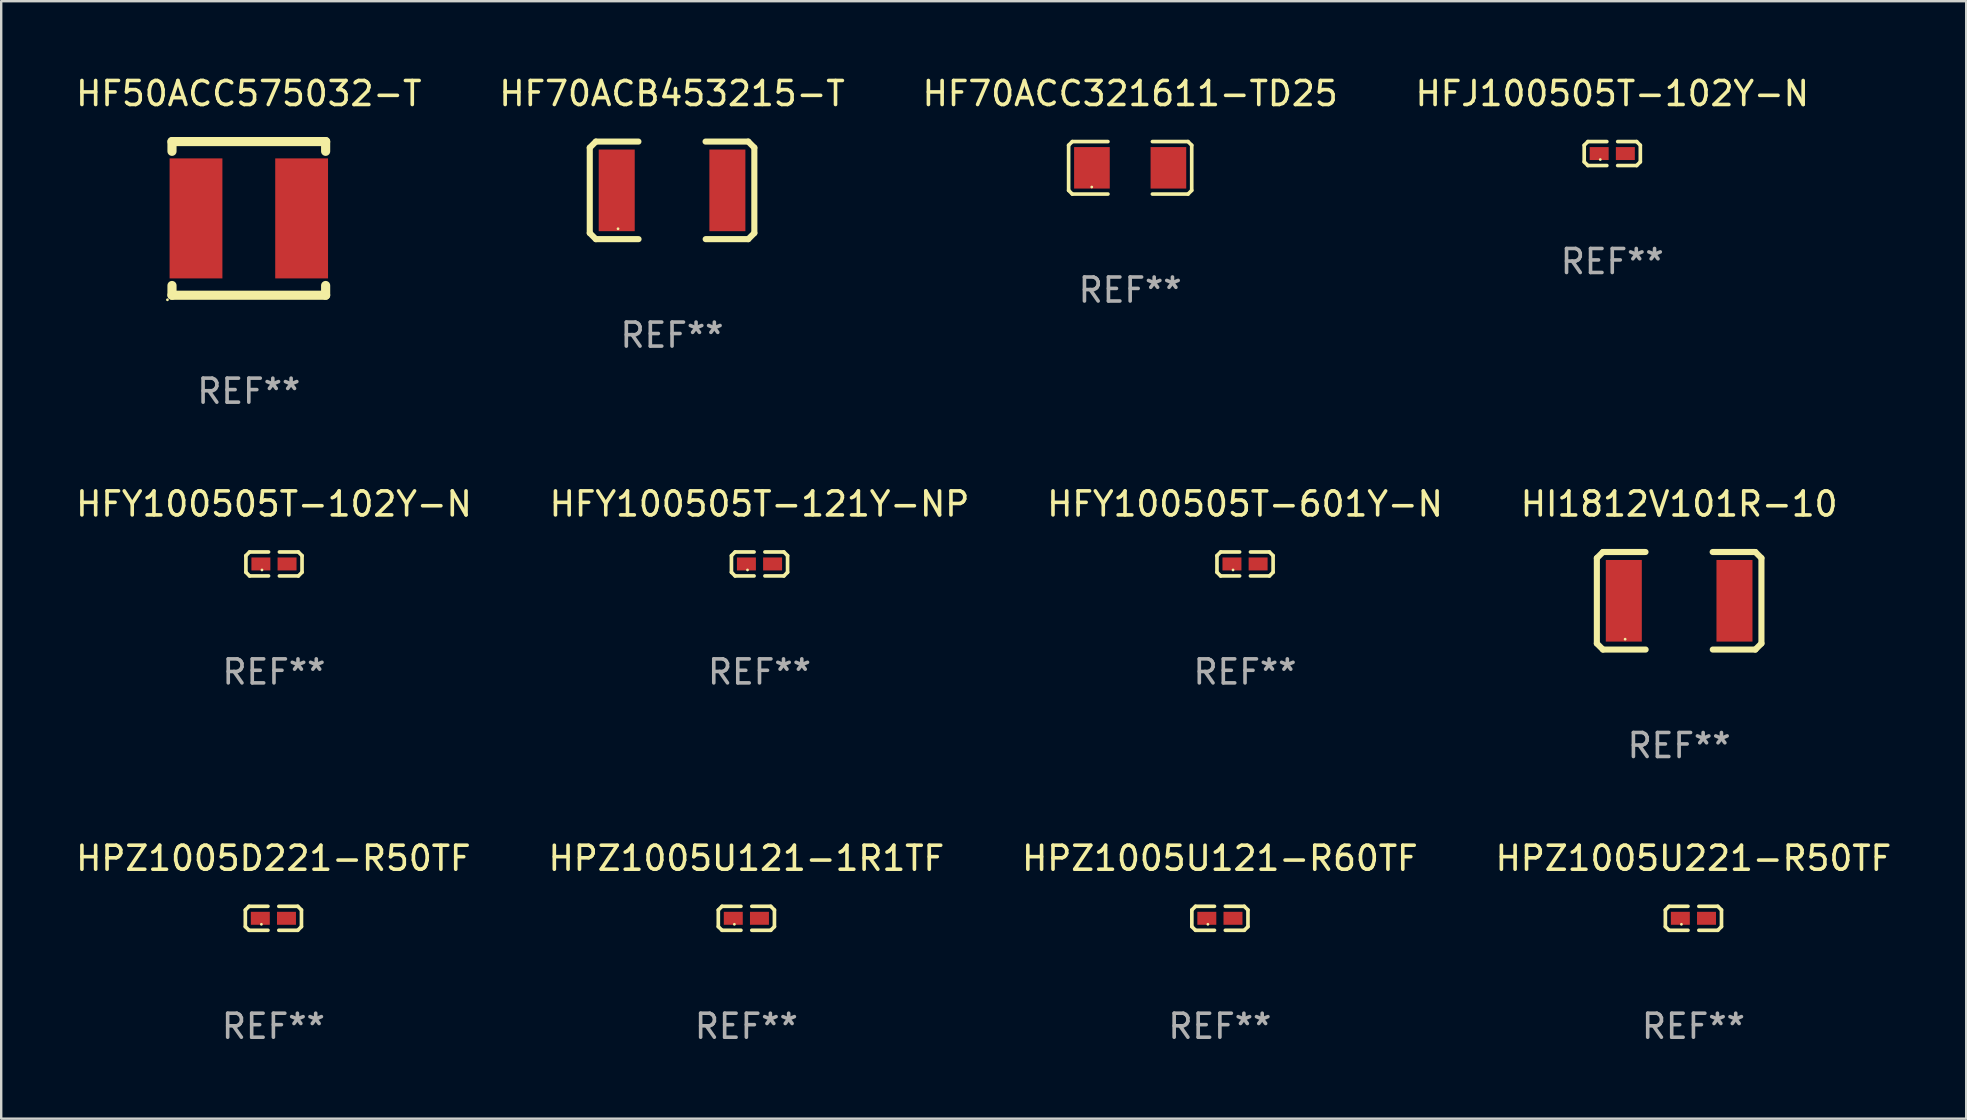
<source format=kicad_pcb>
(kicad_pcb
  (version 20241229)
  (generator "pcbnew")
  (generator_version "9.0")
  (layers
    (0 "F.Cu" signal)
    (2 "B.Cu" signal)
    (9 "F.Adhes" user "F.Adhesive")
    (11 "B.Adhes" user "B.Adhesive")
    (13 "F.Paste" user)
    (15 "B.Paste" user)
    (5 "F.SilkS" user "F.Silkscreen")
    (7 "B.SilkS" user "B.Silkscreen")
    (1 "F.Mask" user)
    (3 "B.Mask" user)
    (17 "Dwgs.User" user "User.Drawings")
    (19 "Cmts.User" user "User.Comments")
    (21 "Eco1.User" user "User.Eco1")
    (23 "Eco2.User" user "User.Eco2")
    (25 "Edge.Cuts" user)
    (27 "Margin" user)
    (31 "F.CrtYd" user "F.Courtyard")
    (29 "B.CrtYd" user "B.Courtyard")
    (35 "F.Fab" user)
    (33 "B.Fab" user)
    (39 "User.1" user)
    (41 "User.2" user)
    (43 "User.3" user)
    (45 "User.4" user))
  (footprint "HFY100505T-102Y-N"
    (layer "F.Cu")
    (at 8.363 20.443)
    (property "Reference" "HFY100505T-102Y-N" (at 0 -2.499 0) (layer "F.SilkS") (effects (font (size 1 1) (thickness 0.15))))
    (attr through_hole)
    (fp_line (start -1.169 -0.346) (end -1.016 -0.499) (stroke (width 0.152) (type solid)) (layer "F.SilkS"))
    (fp_line (start -1.169 0.346) (end -1.169 -0.346) (stroke (width 0.152) (type solid)) (layer "F.SilkS"))
    (fp_line (start -1.016 -0.499) (end -0.226 -0.499) (stroke (width 0.152) (type solid)) (layer "F.SilkS"))
    (fp_line (start -1.016 0.499) (end -1.169 0.346) (stroke (width 0.152) (type solid)) (layer "F.SilkS"))
    (fp_line (start -0.226 0.499) (end -1.016 0.499) (stroke (width 0.152) (type solid)) (layer "F.SilkS"))
    (fp_line (start 0.226 0.499) (end 1.016 0.499) (stroke (width 0.152) (type solid)) (layer "F.SilkS"))
    (fp_line (start 1.016 -0.499) (end 0.226 -0.499) (stroke (width 0.152) (type solid)) (layer "F.SilkS"))
    (fp_line (start 1.016 0.499) (end 1.169 0.346) (stroke (width 0.152) (type solid)) (layer "F.SilkS"))
    (fp_line (start 1.169 -0.346) (end 1.016 -0.499) (stroke (width 0.152) (type solid)) (layer "F.SilkS"))
    (fp_line (start 1.169 0.346) (end 1.169 -0.346) (stroke (width 0.152) (type solid)) (layer "F.SilkS"))
    (fp_circle (center -0.5 0.25) (end -0.47 0.25) (stroke (width 0.06) (type solid)) (fill no) (layer "F.SilkS"))
    (fp_text user "REF**" (at 0 4.499 0) (layer "F.Fab") (effects (font (size 1 1) (thickness 0.15))))
    (pad "1" smd rect (at -0.545 0) (size 0.79 0.54) (layers "F.Cu" "F.Mask" "F.Paste"))
    (pad "2" smd rect (at 0.545 0) (size 0.79 0.54) (layers "F.Cu" "F.Mask" "F.Paste")))
  (footprint "HPZ1005D221-R50TF"
    (layer "F.Cu")
    (at 8.339 35.204)
    (property "Reference" "HPZ1005D221-R50TF" (at 0 -2.499 0) (layer "F.SilkS") (effects (font (size 1 1) (thickness 0.15))))
    (attr through_hole)
    (fp_line (start -1.169 -0.346) (end -1.016 -0.499) (stroke (width 0.152) (type solid)) (layer "F.SilkS"))
    (fp_line (start -1.169 0.346) (end -1.169 -0.346) (stroke (width 0.152) (type solid)) (layer "F.SilkS"))
    (fp_line (start -1.016 -0.499) (end -0.226 -0.499) (stroke (width 0.152) (type solid)) (layer "F.SilkS"))
    (fp_line (start -1.016 0.499) (end -1.169 0.346) (stroke (width 0.152) (type solid)) (layer "F.SilkS"))
    (fp_line (start -0.226 0.499) (end -1.016 0.499) (stroke (width 0.152) (type solid)) (layer "F.SilkS"))
    (fp_line (start 0.226 0.499) (end 1.016 0.499) (stroke (width 0.152) (type solid)) (layer "F.SilkS"))
    (fp_line (start 1.016 -0.499) (end 0.226 -0.499) (stroke (width 0.152) (type solid)) (layer "F.SilkS"))
    (fp_line (start 1.016 0.499) (end 1.169 0.346) (stroke (width 0.152) (type solid)) (layer "F.SilkS"))
    (fp_line (start 1.169 -0.346) (end 1.016 -0.499) (stroke (width 0.152) (type solid)) (layer "F.SilkS"))
    (fp_line (start 1.169 0.346) (end 1.169 -0.346) (stroke (width 0.152) (type solid)) (layer "F.SilkS"))
    (fp_circle (center -0.5 0.25) (end -0.47 0.25) (stroke (width 0.06) (type solid)) (fill no) (layer "F.SilkS"))
    (fp_text user "REF**" (at 0 4.499 0) (layer "F.Fab") (effects (font (size 1 1) (thickness 0.15))))
    (pad "1" smd rect (at -0.545 0) (size 0.79 0.54) (layers "F.Cu" "F.Mask" "F.Paste"))
    (pad "2" smd rect (at 0.545 0) (size 0.79 0.54) (layers "F.Cu" "F.Mask" "F.Paste")))
  (footprint "HF50ACC575032-T"
    (layer "F.Cu")
    (at 7.315 6.048)
    (property "Reference" "HF50ACC575032-T" (at 0 -5.2 0) (layer "F.SilkS") (effects (font (size 1 1) (thickness 0.15))))
    (attr through_hole)
    (fp_line (start -3.2 -3.2) (end -3.2 -2.795) (stroke (width 0.381) (type solid)) (layer "F.SilkS"))
    (fp_line (start -3.2 -3.2) (end 3.2 -3.2) (stroke (width 0.381) (type solid)) (layer "F.SilkS"))
    (fp_line (start -3.2 2.795) (end -3.2 3.2) (stroke (width 0.381) (type solid)) (layer "F.SilkS"))
    (fp_line (start 3.2 -3.2) (end 3.2 -2.795) (stroke (width 0.381) (type solid)) (layer "F.SilkS"))
    (fp_line (start 3.2 2.795) (end 3.2 3.2) (stroke (width 0.381) (type solid)) (layer "F.SilkS"))
    (fp_line (start 3.2 3.2) (end -3.2 3.2) (stroke (width 0.381) (type solid)) (layer "F.SilkS"))
    (fp_circle (center -3.39 3.39) (end -3.36 3.39) (stroke (width 0.06) (type solid)) (fill no) (layer "F.SilkS"))
    (fp_text user "REF**" (at 0 7.2 0) (layer "F.Fab") (effects (font (size 1 1) (thickness 0.15))))
    (pad "1" smd rect (at -2.2 0) (size 2.2 5) (layers "F.Cu" "F.Mask" "F.Paste"))
    (pad "2" smd rect (at 2.2 0) (size 2.2 5) (layers "F.Cu" "F.Mask" "F.Paste")))
  (footprint "HI1812V101R-10"
    (layer "F.Cu")
    (at 66.899 21.977)
    (property "Reference" "HI1812V101R-10" (at 0 -4.032 0) (layer "F.SilkS") (effects (font (size 1 1) (thickness 0.15))))
    (attr through_hole)
    (fp_line (start -3.428 -1.778) (end -3.174 -2.032) (stroke (width 0.254) (type solid)) (layer "F.SilkS"))
    (fp_line (start -3.428 1.778) (end -3.428 -1.778) (stroke (width 0.254) (type solid)) (layer "F.SilkS"))
    (fp_line (start -3.174 -2.032) (end -1.401 -2.032) (stroke (width 0.254) (type solid)) (layer "F.SilkS"))
    (fp_line (start -3.174 2.032) (end -3.428 1.778) (stroke (width 0.254) (type solid)) (layer "F.SilkS"))
    (fp_line (start -1.396 2.032) (end -3.174 2.032) (stroke (width 0.254) (type solid)) (layer "F.SilkS"))
    (fp_line (start 1.396 -2.032) (end 3.174 -2.032) (stroke (width 0.254) (type solid)) (layer "F.SilkS"))
    (fp_line (start 3.174 -2.032) (end 3.428 -1.778) (stroke (width 0.254) (type solid)) (layer "F.SilkS"))
    (fp_line (start 3.174 2.032) (end 1.401 2.032) (stroke (width 0.254) (type solid)) (layer "F.SilkS"))
    (fp_line (start 3.428 -1.778) (end 3.428 1.778) (stroke (width 0.254) (type solid)) (layer "F.SilkS"))
    (fp_line (start 3.428 1.778) (end 3.174 2.032) (stroke (width 0.254) (type solid)) (layer "F.SilkS"))
    (fp_circle (center -2.25 1.6) (end -2.22 1.6) (stroke (width 0.06) (type solid)) (fill no) (layer "F.SilkS"))
    (fp_text user "REF**" (at 0 6.032 0) (layer "F.Fab") (effects (font (size 1 1) (thickness 0.15))))
    (pad "1" smd rect (at -2.305 0) (size 1.5 3.4) (layers "F.Cu" "F.Mask" "F.Paste"))
    (pad "2" smd rect (at 2.305 0) (size 1.5 3.4) (layers "F.Cu" "F.Mask" "F.Paste")))
  (footprint "HF70ACB453215-T"
    (layer "F.Cu")
    (at 24.946 4.88)
    (property "Reference" "HF70ACB453215-T" (at 0 -4.032 0) (layer "F.SilkS") (effects (font (size 1 1) (thickness 0.15))))
    (attr through_hole)
    (fp_line (start -3.428 -1.778) (end -3.174 -2.032) (stroke (width 0.254) (type solid)) (layer "F.SilkS"))
    (fp_line (start -3.428 1.778) (end -3.428 -1.778) (stroke (width 0.254) (type solid)) (layer "F.SilkS"))
    (fp_line (start -3.174 -2.032) (end -1.401 -2.032) (stroke (width 0.254) (type solid)) (layer "F.SilkS"))
    (fp_line (start -3.174 2.032) (end -3.428 1.778) (stroke (width 0.254) (type solid)) (layer "F.SilkS"))
    (fp_line (start -1.396 2.032) (end -3.174 2.032) (stroke (width 0.254) (type solid)) (layer "F.SilkS"))
    (fp_line (start 1.396 -2.032) (end 3.174 -2.032) (stroke (width 0.254) (type solid)) (layer "F.SilkS"))
    (fp_line (start 3.174 -2.032) (end 3.428 -1.778) (stroke (width 0.254) (type solid)) (layer "F.SilkS"))
    (fp_line (start 3.174 2.032) (end 1.401 2.032) (stroke (width 0.254) (type solid)) (layer "F.SilkS"))
    (fp_line (start 3.428 -1.778) (end 3.428 1.778) (stroke (width 0.254) (type solid)) (layer "F.SilkS"))
    (fp_line (start 3.428 1.778) (end 3.174 2.032) (stroke (width 0.254) (type solid)) (layer "F.SilkS"))
    (fp_circle (center -2.25 1.6) (end -2.22 1.6) (stroke (width 0.06) (type solid)) (fill no) (layer "F.SilkS"))
    (fp_text user "REF**" (at 0 6.032 0) (layer "F.Fab") (effects (font (size 1 1) (thickness 0.15))))
    (pad "1" smd rect (at -2.305 0) (size 1.5 3.4) (layers "F.Cu" "F.Mask" "F.Paste"))
    (pad "2" smd rect (at 2.305 0) (size 1.5 3.4) (layers "F.Cu" "F.Mask" "F.Paste")))
  (footprint "HFY100505T-121Y-NP"
    (layer "F.Cu")
    (at 28.589 20.443)
    (property "Reference" "HFY100505T-121Y-NP" (at 0 -2.499 0) (layer "F.SilkS") (effects (font (size 1 1) (thickness 0.15))))
    (attr through_hole)
    (fp_line (start -1.169 -0.346) (end -1.016 -0.499) (stroke (width 0.152) (type solid)) (layer "F.SilkS"))
    (fp_line (start -1.169 0.346) (end -1.169 -0.346) (stroke (width 0.152) (type solid)) (layer "F.SilkS"))
    (fp_line (start -1.016 -0.499) (end -0.226 -0.499) (stroke (width 0.152) (type solid)) (layer "F.SilkS"))
    (fp_line (start -1.016 0.499) (end -1.169 0.346) (stroke (width 0.152) (type solid)) (layer "F.SilkS"))
    (fp_line (start -0.226 0.499) (end -1.016 0.499) (stroke (width 0.152) (type solid)) (layer "F.SilkS"))
    (fp_line (start 0.226 0.499) (end 1.016 0.499) (stroke (width 0.152) (type solid)) (layer "F.SilkS"))
    (fp_line (start 1.016 -0.499) (end 0.226 -0.499) (stroke (width 0.152) (type solid)) (layer "F.SilkS"))
    (fp_line (start 1.016 0.499) (end 1.169 0.346) (stroke (width 0.152) (type solid)) (layer "F.SilkS"))
    (fp_line (start 1.169 -0.346) (end 1.016 -0.499) (stroke (width 0.152) (type solid)) (layer "F.SilkS"))
    (fp_line (start 1.169 0.346) (end 1.169 -0.346) (stroke (width 0.152) (type solid)) (layer "F.SilkS"))
    (fp_circle (center -0.5 0.25) (end -0.47 0.25) (stroke (width 0.06) (type solid)) (fill no) (layer "F.SilkS"))
    (fp_text user "REF**" (at 0 4.499 0) (layer "F.Fab") (effects (font (size 1 1) (thickness 0.15))))
    (pad "1" smd rect (at -0.545 0) (size 0.79 0.54) (layers "F.Cu" "F.Mask" "F.Paste"))
    (pad "2" smd rect (at 0.545 0) (size 0.79 0.54) (layers "F.Cu" "F.Mask" "F.Paste")))
  (footprint "HPZ1005U221-R50TF"
    (layer "F.Cu")
    (at 67.494 35.204)
    (property "Reference" "HPZ1005U221-R50TF" (at 0 -2.499 0) (layer "F.SilkS") (effects (font (size 1 1) (thickness 0.15))))
    (attr through_hole)
    (fp_line (start -1.169 -0.346) (end -1.016 -0.499) (stroke (width 0.152) (type solid)) (layer "F.SilkS"))
    (fp_line (start -1.169 0.346) (end -1.169 -0.346) (stroke (width 0.152) (type solid)) (layer "F.SilkS"))
    (fp_line (start -1.016 -0.499) (end -0.226 -0.499) (stroke (width 0.152) (type solid)) (layer "F.SilkS"))
    (fp_line (start -1.016 0.499) (end -1.169 0.346) (stroke (width 0.152) (type solid)) (layer "F.SilkS"))
    (fp_line (start -0.226 0.499) (end -1.016 0.499) (stroke (width 0.152) (type solid)) (layer "F.SilkS"))
    (fp_line (start 0.226 0.499) (end 1.016 0.499) (stroke (width 0.152) (type solid)) (layer "F.SilkS"))
    (fp_line (start 1.016 -0.499) (end 0.226 -0.499) (stroke (width 0.152) (type solid)) (layer "F.SilkS"))
    (fp_line (start 1.016 0.499) (end 1.169 0.346) (stroke (width 0.152) (type solid)) (layer "F.SilkS"))
    (fp_line (start 1.169 -0.346) (end 1.016 -0.499) (stroke (width 0.152) (type solid)) (layer "F.SilkS"))
    (fp_line (start 1.169 0.346) (end 1.169 -0.346) (stroke (width 0.152) (type solid)) (layer "F.SilkS"))
    (fp_circle (center -0.5 0.25) (end -0.47 0.25) (stroke (width 0.06) (type solid)) (fill no) (layer "F.SilkS"))
    (fp_text user "REF**" (at 0 4.499 0) (layer "F.Fab") (effects (font (size 1 1) (thickness 0.15))))
    (pad "1" smd rect (at -0.545 0) (size 0.79 0.54) (layers "F.Cu" "F.Mask" "F.Paste"))
    (pad "2" smd rect (at 0.545 0) (size 0.79 0.54) (layers "F.Cu" "F.Mask" "F.Paste")))
  (footprint "HPZ1005U121-R60TF"
    (layer "F.Cu")
    (at 47.768 35.204)
    (property "Reference" "HPZ1005U121-R60TF" (at 0 -2.499 0) (layer "F.SilkS") (effects (font (size 1 1) (thickness 0.15))))
    (attr through_hole)
    (fp_line (start -1.169 -0.346) (end -1.016 -0.499) (stroke (width 0.152) (type solid)) (layer "F.SilkS"))
    (fp_line (start -1.169 0.346) (end -1.169 -0.346) (stroke (width 0.152) (type solid)) (layer "F.SilkS"))
    (fp_line (start -1.016 -0.499) (end -0.226 -0.499) (stroke (width 0.152) (type solid)) (layer "F.SilkS"))
    (fp_line (start -1.016 0.499) (end -1.169 0.346) (stroke (width 0.152) (type solid)) (layer "F.SilkS"))
    (fp_line (start -0.226 0.499) (end -1.016 0.499) (stroke (width 0.152) (type solid)) (layer "F.SilkS"))
    (fp_line (start 0.226 0.499) (end 1.016 0.499) (stroke (width 0.152) (type solid)) (layer "F.SilkS"))
    (fp_line (start 1.016 -0.499) (end 0.226 -0.499) (stroke (width 0.152) (type solid)) (layer "F.SilkS"))
    (fp_line (start 1.016 0.499) (end 1.169 0.346) (stroke (width 0.152) (type solid)) (layer "F.SilkS"))
    (fp_line (start 1.169 -0.346) (end 1.016 -0.499) (stroke (width 0.152) (type solid)) (layer "F.SilkS"))
    (fp_line (start 1.169 0.346) (end 1.169 -0.346) (stroke (width 0.152) (type solid)) (layer "F.SilkS"))
    (fp_circle (center -0.5 0.25) (end -0.47 0.25) (stroke (width 0.06) (type solid)) (fill no) (layer "F.SilkS"))
    (fp_text user "REF**" (at 0 4.499 0) (layer "F.Fab") (effects (font (size 1 1) (thickness 0.15))))
    (pad "1" smd rect (at -0.545 0) (size 0.79 0.54) (layers "F.Cu" "F.Mask" "F.Paste"))
    (pad "2" smd rect (at 0.545 0) (size 0.79 0.54) (layers "F.Cu" "F.Mask" "F.Paste")))
  (footprint "HF70ACC321611-TD25"
    (layer "F.Cu")
    (at 44.03 3.941)
    (property "Reference" "HF70ACC321611-TD25" (at 0 -3.093 0) (layer "F.SilkS") (effects (font (size 1 1) (thickness 0.15))))
    (attr through_hole)
    (fp_line (start -2.564 -0.94) (end -2.411 -1.093) (stroke (width 0.152) (type solid)) (layer "F.SilkS"))
    (fp_line (start -2.564 0.94) (end -2.564 -0.94) (stroke (width 0.152) (type solid)) (layer "F.SilkS"))
    (fp_line (start -2.411 -1.093) (end -0.926 -1.093) (stroke (width 0.152) (type solid)) (layer "F.SilkS"))
    (fp_line (start -2.411 1.093) (end -2.564 0.94) (stroke (width 0.152) (type solid)) (layer "F.SilkS"))
    (fp_line (start -0.926 1.093) (end -2.411 1.093) (stroke (width 0.152) (type solid)) (layer "F.SilkS"))
    (fp_line (start 0.926 1.093) (end 2.411 1.093) (stroke (width 0.152) (type solid)) (layer "F.SilkS"))
    (fp_line (start 2.411 -1.093) (end 0.926 -1.093) (stroke (width 0.152) (type solid)) (layer "F.SilkS"))
    (fp_line (start 2.411 1.093) (end 2.564 0.94) (stroke (width 0.152) (type solid)) (layer "F.SilkS"))
    (fp_line (start 2.564 -0.94) (end 2.411 -1.093) (stroke (width 0.152) (type solid)) (layer "F.SilkS"))
    (fp_line (start 2.564 0.94) (end 2.564 -0.94) (stroke (width 0.152) (type solid)) (layer "F.SilkS"))
    (fp_circle (center -1.6 0.8) (end -1.57 0.8) (stroke (width 0.06) (type solid)) (fill no) (layer "F.SilkS"))
    (fp_text user "REF**" (at 0 5.093 0) (layer "F.Fab") (effects (font (size 1 1) (thickness 0.15))))
    (pad "1" smd rect (at -1.593 0) (size 1.485 1.728) (layers "F.Cu" "F.Mask" "F.Paste"))
    (pad "2" smd rect (at 1.593 0) (size 1.485 1.728) (layers "F.Cu" "F.Mask" "F.Paste")))
  (footprint "HFY100505T-601Y-N"
    (layer "F.Cu")
    (at 48.815 20.443)
    (property "Reference" "HFY100505T-601Y-N" (at 0 -2.499 0) (layer "F.SilkS") (effects (font (size 1 1) (thickness 0.15))))
    (attr through_hole)
    (fp_line (start -1.169 -0.346) (end -1.016 -0.499) (stroke (width 0.152) (type solid)) (layer "F.SilkS"))
    (fp_line (start -1.169 0.346) (end -1.169 -0.346) (stroke (width 0.152) (type solid)) (layer "F.SilkS"))
    (fp_line (start -1.016 -0.499) (end -0.226 -0.499) (stroke (width 0.152) (type solid)) (layer "F.SilkS"))
    (fp_line (start -1.016 0.499) (end -1.169 0.346) (stroke (width 0.152) (type solid)) (layer "F.SilkS"))
    (fp_line (start -0.226 0.499) (end -1.016 0.499) (stroke (width 0.152) (type solid)) (layer "F.SilkS"))
    (fp_line (start 0.226 0.499) (end 1.016 0.499) (stroke (width 0.152) (type solid)) (layer "F.SilkS"))
    (fp_line (start 1.016 -0.499) (end 0.226 -0.499) (stroke (width 0.152) (type solid)) (layer "F.SilkS"))
    (fp_line (start 1.016 0.499) (end 1.169 0.346) (stroke (width 0.152) (type solid)) (layer "F.SilkS"))
    (fp_line (start 1.169 -0.346) (end 1.016 -0.499) (stroke (width 0.152) (type solid)) (layer "F.SilkS"))
    (fp_line (start 1.169 0.346) (end 1.169 -0.346) (stroke (width 0.152) (type solid)) (layer "F.SilkS"))
    (fp_circle (center -0.5 0.25) (end -0.47 0.25) (stroke (width 0.06) (type solid)) (fill no) (layer "F.SilkS"))
    (fp_text user "REF**" (at 0 4.499 0) (layer "F.Fab") (effects (font (size 1 1) (thickness 0.15))))
    (pad "1" smd rect (at -0.545 0) (size 0.79 0.54) (layers "F.Cu" "F.Mask" "F.Paste"))
    (pad "2" smd rect (at 0.545 0) (size 0.79 0.54) (layers "F.Cu" "F.Mask" "F.Paste")))
  (footprint "HFJ100505T-102Y-N"
    (layer "F.Cu")
    (at 64.113 3.347)
    (property "Reference" "HFJ100505T-102Y-N" (at 0 -2.499 0) (layer "F.SilkS") (effects (font (size 1 1) (thickness 0.15))))
    (attr through_hole)
    (fp_line (start -1.169 -0.346) (end -1.016 -0.499) (stroke (width 0.152) (type solid)) (layer "F.SilkS"))
    (fp_line (start -1.169 0.346) (end -1.169 -0.346) (stroke (width 0.152) (type solid)) (layer "F.SilkS"))
    (fp_line (start -1.016 -0.499) (end -0.226 -0.499) (stroke (width 0.152) (type solid)) (layer "F.SilkS"))
    (fp_line (start -1.016 0.499) (end -1.169 0.346) (stroke (width 0.152) (type solid)) (layer "F.SilkS"))
    (fp_line (start -0.226 0.499) (end -1.016 0.499) (stroke (width 0.152) (type solid)) (layer "F.SilkS"))
    (fp_line (start 0.226 0.499) (end 1.016 0.499) (stroke (width 0.152) (type solid)) (layer "F.SilkS"))
    (fp_line (start 1.016 -0.499) (end 0.226 -0.499) (stroke (width 0.152) (type solid)) (layer "F.SilkS"))
    (fp_line (start 1.016 0.499) (end 1.169 0.346) (stroke (width 0.152) (type solid)) (layer "F.SilkS"))
    (fp_line (start 1.169 -0.346) (end 1.016 -0.499) (stroke (width 0.152) (type solid)) (layer "F.SilkS"))
    (fp_line (start 1.169 0.346) (end 1.169 -0.346) (stroke (width 0.152) (type solid)) (layer "F.SilkS"))
    (fp_circle (center -0.5 0.25) (end -0.47 0.25) (stroke (width 0.06) (type solid)) (fill no) (layer "F.SilkS"))
    (fp_text user "REF**" (at 0 4.499 0) (layer "F.Fab") (effects (font (size 1 1) (thickness 0.15))))
    (pad "1" smd rect (at -0.545 0) (size 0.79 0.54) (layers "F.Cu" "F.Mask" "F.Paste"))
    (pad "2" smd rect (at 0.545 0) (size 0.79 0.54) (layers "F.Cu" "F.Mask" "F.Paste")))
  (footprint "HPZ1005U121-1R1TF"
    (layer "F.Cu")
    (at 28.042 35.204)
    (property "Reference" "HPZ1005U121-1R1TF" (at 0 -2.499 0) (layer "F.SilkS") (effects (font (size 1 1) (thickness 0.15))))
    (attr through_hole)
    (fp_line (start -1.169 -0.346) (end -1.016 -0.499) (stroke (width 0.152) (type solid)) (layer "F.SilkS"))
    (fp_line (start -1.169 0.346) (end -1.169 -0.346) (stroke (width 0.152) (type solid)) (layer "F.SilkS"))
    (fp_line (start -1.016 -0.499) (end -0.226 -0.499) (stroke (width 0.152) (type solid)) (layer "F.SilkS"))
    (fp_line (start -1.016 0.499) (end -1.169 0.346) (stroke (width 0.152) (type solid)) (layer "F.SilkS"))
    (fp_line (start -0.226 0.499) (end -1.016 0.499) (stroke (width 0.152) (type solid)) (layer "F.SilkS"))
    (fp_line (start 0.226 0.499) (end 1.016 0.499) (stroke (width 0.152) (type solid)) (layer "F.SilkS"))
    (fp_line (start 1.016 -0.499) (end 0.226 -0.499) (stroke (width 0.152) (type solid)) (layer "F.SilkS"))
    (fp_line (start 1.016 0.499) (end 1.169 0.346) (stroke (width 0.152) (type solid)) (layer "F.SilkS"))
    (fp_line (start 1.169 -0.346) (end 1.016 -0.499) (stroke (width 0.152) (type solid)) (layer "F.SilkS"))
    (fp_line (start 1.169 0.346) (end 1.169 -0.346) (stroke (width 0.152) (type solid)) (layer "F.SilkS"))
    (fp_circle (center -0.5 0.25) (end -0.47 0.25) (stroke (width 0.06) (type solid)) (fill no) (layer "F.SilkS"))
    (fp_text user "REF**" (at 0 4.499 0) (layer "F.Fab") (effects (font (size 1 1) (thickness 0.15))))
    (pad "1" smd rect (at -0.545 0) (size 0.79 0.54) (layers "F.Cu" "F.Mask" "F.Paste"))
    (pad "2" smd rect (at 0.545 0) (size 0.79 0.54) (layers "F.Cu" "F.Mask" "F.Paste")))
  (gr_rect
    (start -3 -3)
    (end 78.857 43.551)
    (stroke (width 0.1) (type default))
    (fill no)
    (layer "Edge.Cuts")))
</source>
